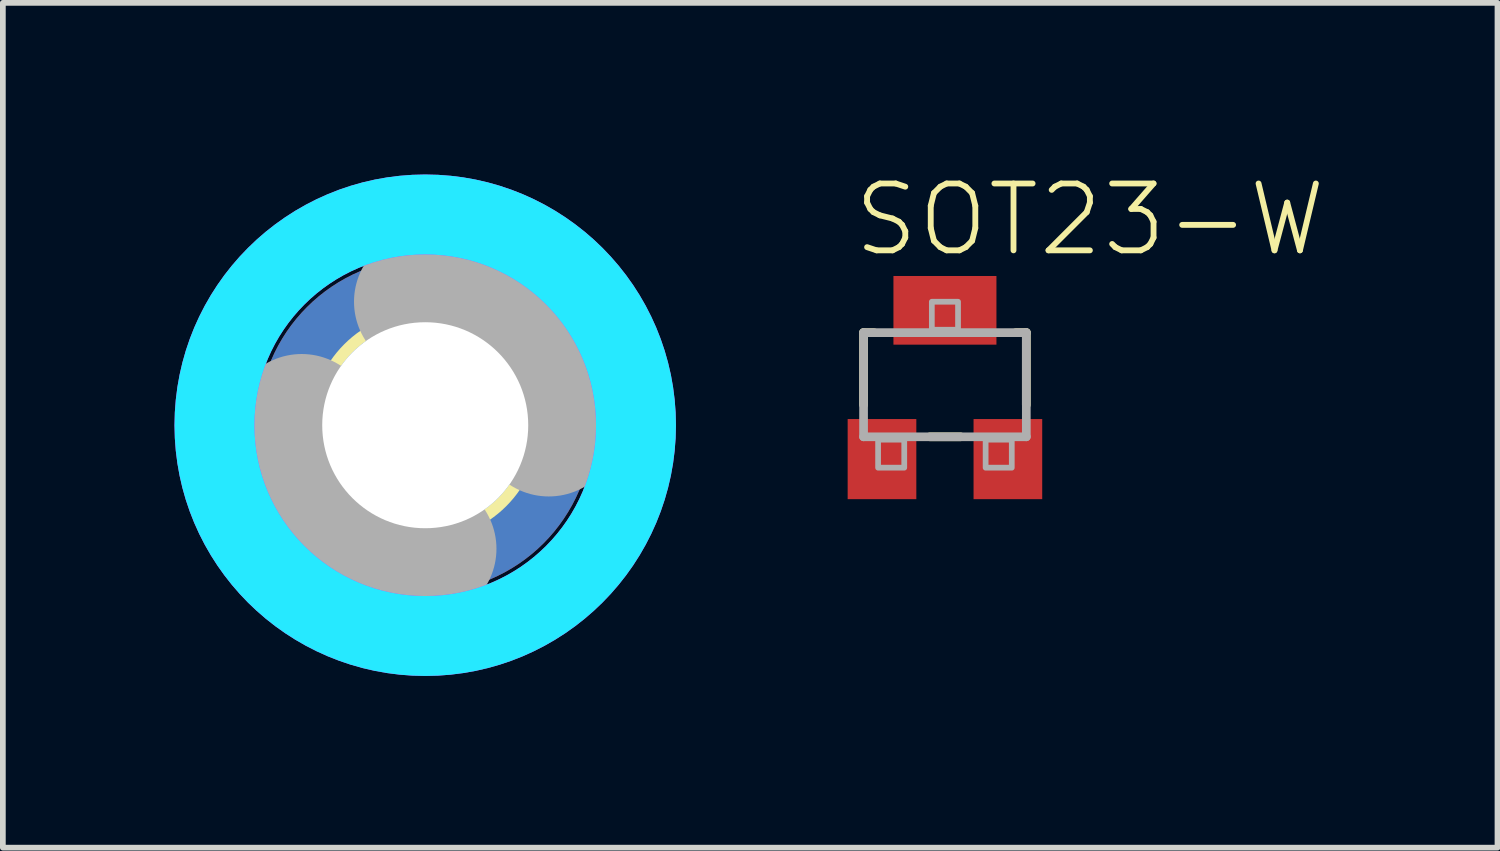
<source format=kicad_pcb>
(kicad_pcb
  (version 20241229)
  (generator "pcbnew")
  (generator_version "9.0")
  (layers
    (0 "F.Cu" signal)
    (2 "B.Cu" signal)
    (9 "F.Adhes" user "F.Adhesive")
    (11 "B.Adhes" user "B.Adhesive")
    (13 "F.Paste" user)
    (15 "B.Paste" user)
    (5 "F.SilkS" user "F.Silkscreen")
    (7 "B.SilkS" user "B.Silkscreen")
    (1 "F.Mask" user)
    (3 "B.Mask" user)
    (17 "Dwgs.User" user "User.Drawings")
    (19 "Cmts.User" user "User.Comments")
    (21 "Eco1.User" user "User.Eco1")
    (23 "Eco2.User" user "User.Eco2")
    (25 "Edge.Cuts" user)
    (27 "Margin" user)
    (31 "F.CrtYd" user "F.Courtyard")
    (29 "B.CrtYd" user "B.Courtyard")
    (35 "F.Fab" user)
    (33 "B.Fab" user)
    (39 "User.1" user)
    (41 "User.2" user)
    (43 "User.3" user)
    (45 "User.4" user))
  (footprint "SOT23-W"
    (layer "F.Cu")
    (at 13.463 3.673)
    (property "Reference" "SOT23-W" (at -1.65 -2.2 0) (layer "F.SilkS") (effects (font (size 1.168 1.168) (thickness 0.102)) (justify left bottom)))
    (fp_line (start -1.422 -0.91) (end -1.239 -0.91) (stroke (width 0.152) (type solid)) (layer "F.SilkS"))
    (fp_line (start -1.422 0.352) (end -1.422 -0.91) (stroke (width 0.152) (type solid)) (layer "F.SilkS"))
    (fp_line (start 0.272 0.91) (end -0.261 0.91) (stroke (width 0.152) (type solid)) (layer "F.SilkS"))
    (fp_line (start 1.239 -0.91) (end 1.422 -0.91) (stroke (width 0.152) (type solid)) (layer "F.SilkS"))
    (fp_line (start 1.422 -0.91) (end 1.422 0.352) (stroke (width 0.152) (type solid)) (layer "F.SilkS"))
    (fp_line (start -1.422 -0.91) (end 1.422 -0.91) (stroke (width 0.152) (type solid)) (layer "F.Fab"))
    (fp_line (start -1.422 0.91) (end -1.422 -0.91) (stroke (width 0.152) (type solid)) (layer "F.Fab"))
    (fp_line (start 1.422 -0.91) (end 1.422 0.91) (stroke (width 0.152) (type solid)) (layer "F.Fab"))
    (fp_line (start 1.422 0.91) (end -1.422 0.91) (stroke (width 0.152) (type solid)) (layer "F.Fab"))
    (fp_poly (pts (xy -1.168 1.45) (xy -0.711 1.45) (xy -0.711 0.961) (xy -1.168 0.961)) (stroke (width 0.1) (type default)) (fill no) (layer "F.Fab"))
    (fp_poly (pts (xy -0.229 -0.961) (xy 0.229 -0.961) (xy 0.229 -1.45) (xy -0.229 -1.45)) (stroke (width 0.1) (type default)) (fill no) (layer "F.Fab"))
    (fp_poly (pts (xy 0.711 1.45) (xy 1.168 1.45) (xy 1.168 0.961) (xy 0.711 0.961)) (stroke (width 0.1) (type default)) (fill no) (layer "F.Fab"))
    (pad "1" smd rect (at -1.1 1.3) (size 1.2 1.4) (layers "F.Cu" "F.Mask" "F.Paste"))
    (pad "2" smd rect (at 1.1 1.3) (size 1.2 1.4) (layers "F.Cu" "F.Mask" "F.Paste"))
    (pad "3" smd rect (at 0 -1.3) (size 1.8 1.2) (layers "F.Cu" "F.Mask" "F.Paste")))
  (footprint "3,6-PAD"
    (layer "F.Cu")
    (at 4.381 4.381)
    (property "Reference" "3,6-PAD" (at 0 0 0) (layer "F.SilkS") (effects (font (size 1.27 1.27) (thickness 0.15))))
    (fp_circle (center 0 0) (end 1.9 0) (stroke (width 0.203) (type solid)) (fill no) (layer "F.SilkS"))
    (fp_circle (center 0 0) (end 3.429 0) (stroke (width 0.152) (type solid)) (fill no) (layer "F.SilkS"))
    (fp_circle (center 0 0) (end 3.683 0) (stroke (width 1.397) (type solid)) (fill no) (layer "B.CrtYd"))
    (fp_circle (center 0 0) (end 3.683 0) (stroke (width 1.397) (type solid)) (fill no) (layer "F.CrtYd"))
    (fp_arc (start 0 -2.159) (mid 1.526644 -1.526644) (end 2.159 0) (stroke (width 2.4892) (type solid)) (layer "F.Fab"))
    (fp_arc (start 0 2.159) (mid -1.526644 1.526644) (end -2.159 0) (stroke (width 2.4892) (type solid)) (layer "F.Fab"))
    (fp_circle (center 0 0) (end 0.762 0) (stroke (width 0.457) (type solid)) (fill no) (layer "F.Fab"))
    (pad "B3,6" thru_hole circle (at 0 0) (size 5.842 5.842) (drill 3.6) (layers "*.Cu" "*.Mask"))
    (zone (net_name "") (layers "F.Cu" "B.Cu") (hatch edge 0.5) (connect_pads) (min_thickness 0.25) (filled_areas_thickness no) (keepout (tracks allowed) (vias not_allowed) (pads allowed) (copperpour allowed) (footprints allowed)) (placement (enabled no)) (fill) (polygon (pts (xy 8.445 4.381) (xy 8.425 3.977) (xy 8.365 3.576) (xy 8.265 3.184) (xy 8.126 2.803) (xy 7.951 2.438) (xy 7.739 2.092) (xy 7.495 1.769) (xy 7.219 1.472) (xy 6.915 1.204) (xy 6.586 0.968) (xy 6.236 0.765) (xy 5.866 0.598) (xy 5.482 0.469) (xy 5.087 0.379) (xy 4.685 0.329) (xy 4.28 0.319) (xy 3.876 0.349) (xy 3.477 0.419) (xy 3.087 0.529) (xy 2.71 0.677) (xy 2.349 0.862) (xy 2.009 1.082) (xy 1.692 1.334) (xy 1.402 1.617) (xy 1.142 1.928) (xy 0.914 2.262) (xy 0.72 2.618) (xy 0.563 2.992) (xy 0.443 3.379) (xy 0.363 3.776) (xy 0.323 4.179) (xy 0.323 4.584) (xy 0.363 4.987) (xy 0.443 5.384) (xy 0.563 5.771) (xy 0.72 6.145) (xy 0.914 6.501) (xy 1.142 6.835) (xy 1.402 7.146) (xy 1.692 7.429) (xy 2.009 7.681) (xy 2.349 7.901) (xy 2.71 8.086) (xy 3.087 8.234) (xy 3.477 8.344) (xy 3.876 8.414) (xy 4.28 8.444) (xy 4.685 8.434) (xy 5.087 8.384) (xy 5.482 8.294) (xy 5.866 8.165) (xy 6.236 7.998) (xy 6.586 7.795) (xy 6.915 7.559) (xy 7.219 7.291) (xy 7.495 6.994) (xy 7.739 6.671) (xy 7.951 6.325) (xy 8.126 5.96) (xy 8.265 5.579) (xy 8.365 5.187) (xy 8.425 4.786))) (polygon (pts (xy 7.429 4.381) (xy 7.41 4.034) (xy 7.35 3.691) (xy 7.252 3.357) (xy 7.117 3.037) (xy 6.946 2.734) (xy 6.741 2.452) (xy 6.506 2.196) (xy 6.243 1.968) (xy 5.955 1.771) (xy 5.648 1.609) (xy 5.323 1.483) (xy 4.987 1.394) (xy 4.642 1.345) (xy 4.294 1.335) (xy 3.948 1.365) (xy 3.607 1.434) (xy 3.276 1.541) (xy 2.959 1.686) (xy 2.661 1.865) (xy 2.385 2.078) (xy 2.136 2.321) (xy 1.916 2.59) (xy 1.727 2.883) (xy 1.574 3.195) (xy 1.457 3.523) (xy 1.378 3.862) (xy 1.338 4.207) (xy 1.338 4.556) (xy 1.378 4.901) (xy 1.457 5.24) (xy 1.574 5.568) (xy 1.727 5.88) (xy 1.916 6.173) (xy 2.136 6.442) (xy 2.385 6.685) (xy 2.661 6.898) (xy 2.959 7.077) (xy 3.276 7.222) (xy 3.607 7.329) (xy 3.948 7.398) (xy 4.294 7.428) (xy 4.642 7.418) (xy 4.987 7.369) (xy 5.323 7.28) (xy 5.648 7.154) (xy 5.955 6.992) (xy 6.243 6.795) (xy 6.506 6.567) (xy 6.741 6.311) (xy 6.946 6.029) (xy 7.117 5.726) (xy 7.252 5.406) (xy 7.35 5.072) (xy 7.41 4.729)))))
  (gr_rect
    (start -3 -3)
    (end 23.119 11.763)
    (stroke (width 0.1) (type default))
    (fill no)
    (layer "Edge.Cuts")))
</source>
